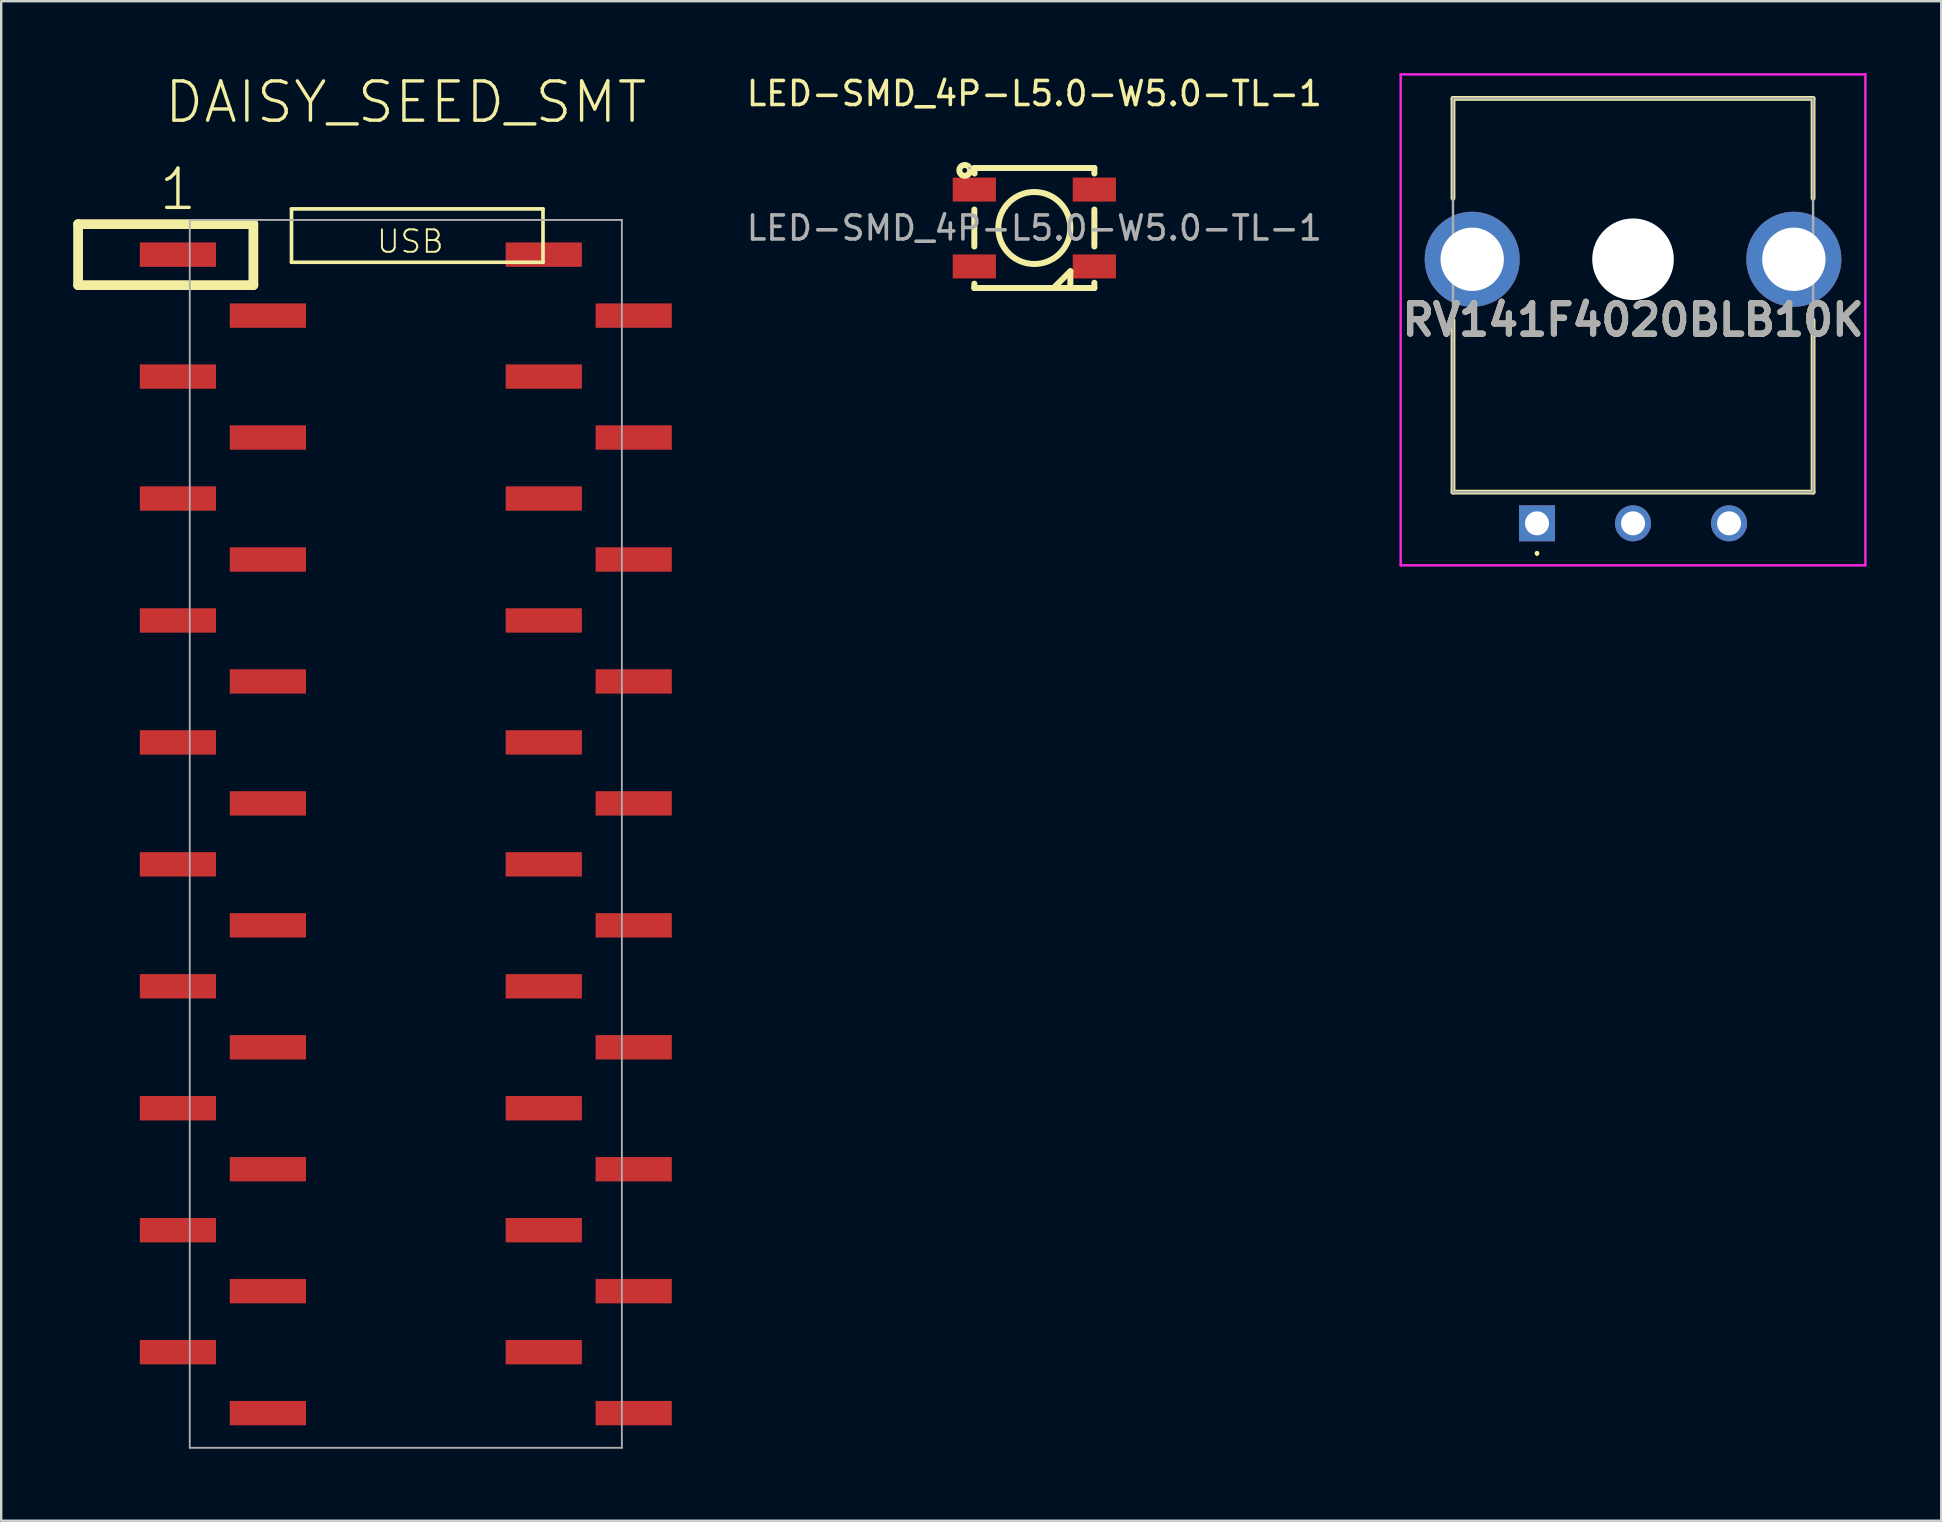
<source format=kicad_pcb>
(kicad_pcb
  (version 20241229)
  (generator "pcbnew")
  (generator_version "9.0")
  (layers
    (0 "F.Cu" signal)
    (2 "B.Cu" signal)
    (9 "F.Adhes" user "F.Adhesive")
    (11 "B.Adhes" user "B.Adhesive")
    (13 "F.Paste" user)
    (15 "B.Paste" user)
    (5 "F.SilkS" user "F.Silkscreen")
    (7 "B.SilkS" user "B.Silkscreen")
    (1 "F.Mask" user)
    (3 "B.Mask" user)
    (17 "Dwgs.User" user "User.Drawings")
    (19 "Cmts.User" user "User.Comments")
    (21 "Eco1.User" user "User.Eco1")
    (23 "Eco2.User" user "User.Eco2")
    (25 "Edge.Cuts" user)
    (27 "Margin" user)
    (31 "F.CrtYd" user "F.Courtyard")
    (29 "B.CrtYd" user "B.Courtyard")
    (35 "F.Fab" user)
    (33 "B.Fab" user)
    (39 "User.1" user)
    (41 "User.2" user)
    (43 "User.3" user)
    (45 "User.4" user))
  (footprint "LED-SMD_4P-L5.0-W5.0-TL-1"
    (layer "F.Cu")
    (at 40.038 6.448)
    (property "Reference" "LED-SMD_4P-L5.0-W5.0-TL-1" (at 0 -5.6 0) (layer "F.SilkS") (effects (font (size 1 1) (thickness 0.15))))
    (attr smd)
    (fp_line (start -2.5 -2.5) (end 2.5 -2.5) (stroke (width 0.25) (type solid)) (layer "F.SilkS"))
    (fp_line (start -2.5 0.77) (end -2.5 -0.77) (stroke (width 0.25) (type solid)) (layer "F.SilkS"))
    (fp_line (start -2.5 2.5) (end -2.5 2.32) (stroke (width 0.25) (type solid)) (layer "F.SilkS"))
    (fp_line (start -2.49 -2.27) (end -2.5 -2.5) (stroke (width 0.25) (type solid)) (layer "F.SilkS"))
    (fp_line (start 0.8 2.5) (end 1.5 1.8) (stroke (width 0.25) (type solid)) (layer "F.SilkS"))
    (fp_line (start 1.5 1.8) (end 1.5 2.5) (stroke (width 0.25) (type solid)) (layer "F.SilkS"))
    (fp_line (start 1.5 2.5) (end 0.8 2.5) (stroke (width 0.25) (type solid)) (layer "F.SilkS"))
    (fp_line (start 2.5 -2.5) (end 2.5 -2.27) (stroke (width 0.25) (type solid)) (layer "F.SilkS"))
    (fp_line (start 2.5 -0.77) (end 2.5 0.77) (stroke (width 0.25) (type solid)) (layer "F.SilkS"))
    (fp_line (start 2.5 2.28) (end 2.5 2.5) (stroke (width 0.25) (type solid)) (layer "F.SilkS"))
    (fp_line (start 2.5 2.5) (end -2.5 2.5) (stroke (width 0.25) (type solid)) (layer "F.SilkS"))
    (fp_circle (center -2.9 -2.4) (end -2.8 -2.4) (stroke (width 0.25) (type solid)) (fill no) (layer "F.SilkS"))
    (fp_circle (center 0 0) (end 1.5 0) (stroke (width 0.25) (type solid)) (fill no) (layer "F.SilkS"))
    (fp_circle (center -2.7 -2.5) (end -2.67 -2.5) (stroke (width 0.06) (type solid)) (fill no) (layer "F.Fab"))
    (fp_text user "${REFERENCE}" (at 0 0 0) (layer "F.Fab") (effects (font (size 1 1) (thickness 0.15))))
    (pad "1" smd rect (at -2.5 -1.6 180) (size 1.8 1) (layers "F.Cu" "F.Mask" "F.Paste"))
    (pad "2" smd rect (at -2.5 1.6 180) (size 1.8 1) (layers "F.Cu" "F.Mask" "F.Paste"))
    (pad "3" smd rect (at 2.5 1.6 180) (size 1.8 1) (layers "F.Cu" "F.Mask" "F.Paste"))
    (pad "4" smd rect (at 2.5 -1.6 180) (size 1.8 1) (layers "F.Cu" "F.Mask" "F.Paste")))
  (footprint "DAISY_SEED_SMT"
    (layer "F.Cu")
    (at 4.362 7.557)
    (property "Reference" "DAISY_SEED_SMT" (at 9.493 -6.35 0) (unlocked yes) (layer "F.SilkS") (effects (font (size 1.636 1.636) (thickness 0.142))))
    (fp_line (start -4.159 -1.27) (end 3.143 -1.27) (stroke (width 0.406) (type solid)) (layer "F.SilkS"))
    (fp_line (start -4.159 1.27) (end -4.159 -1.27) (stroke (width 0.406) (type solid)) (layer "F.SilkS"))
    (fp_line (start 3.143 -1.27) (end 3.143 1.27) (stroke (width 0.406) (type solid)) (layer "F.SilkS"))
    (fp_line (start 3.143 1.27) (end -4.159 1.27) (stroke (width 0.406) (type solid)) (layer "F.SilkS"))
    (fp_line (start 4.731 -1.905) (end 15.208 -1.905) (stroke (width 0.152) (type solid)) (layer "F.SilkS"))
    (fp_line (start 4.731 0.318) (end 4.731 -1.905) (stroke (width 0.152) (type solid)) (layer "F.SilkS"))
    (fp_line (start 15.208 -1.905) (end 15.208 0.318) (stroke (width 0.152) (type solid)) (layer "F.SilkS"))
    (fp_line (start 15.208 0.318) (end 4.731 0.318) (stroke (width 0.152) (type solid)) (layer "F.SilkS"))
    (fp_line (start 0.493 -1.445) (end 18.493 -1.445) (stroke (width 0.076) (type solid)) (layer "F.Fab"))
    (fp_line (start 0.493 49.705) (end 0.493 -1.445) (stroke (width 0.076) (type solid)) (layer "F.Fab"))
    (fp_line (start 18.493 -1.445) (end 18.493 49.705) (stroke (width 0.076) (type solid)) (layer "F.Fab"))
    (fp_line (start 18.493 49.705) (end 0.493 49.705) (stroke (width 0.076) (type solid)) (layer "F.Fab"))
    (fp_text user "USB" (at 8.223 0 0) (unlocked yes) (layer "F.SilkS") (effects (font (size 0.935 0.935) (thickness 0.081)) (justify left bottom)))
    (fp_text user "1" (at 0 -2.718 0) (unlocked yes) (layer "F.SilkS") (effects (font (size 1.636 1.636) (thickness 0.142))))
    (pad "1" smd rect (at 0 0) (size 3.175 1.016) (layers "F.Cu" "F.Mask" "F.Paste"))
    (pad "2" smd rect (at 3.747 2.54) (size 3.175 1.016) (layers "F.Cu" "F.Mask" "F.Paste"))
    (pad "3" smd rect (at 0 5.08) (size 3.175 1.016) (layers "F.Cu" "F.Mask" "F.Paste"))
    (pad "4" smd rect (at 3.747 7.62) (size 3.175 1.016) (layers "F.Cu" "F.Mask" "F.Paste"))
    (pad "5" smd rect (at 0 10.16) (size 3.175 1.016) (layers "F.Cu" "F.Mask" "F.Paste"))
    (pad "6" smd rect (at 3.747 12.7) (size 3.175 1.016) (layers "F.Cu" "F.Mask" "F.Paste"))
    (pad "7" smd rect (at 0 15.24) (size 3.175 1.016) (layers "F.Cu" "F.Mask" "F.Paste"))
    (pad "8" smd rect (at 3.747 17.78) (size 3.175 1.016) (layers "F.Cu" "F.Mask" "F.Paste"))
    (pad "9" smd rect (at 0 20.32) (size 3.175 1.016) (layers "F.Cu" "F.Mask" "F.Paste"))
    (pad "10" smd rect (at 3.747 22.86) (size 3.175 1.016) (layers "F.Cu" "F.Mask" "F.Paste"))
    (pad "11" smd rect (at 0 25.4) (size 3.175 1.016) (layers "F.Cu" "F.Mask" "F.Paste"))
    (pad "12" smd rect (at 3.747 27.94) (size 3.175 1.016) (layers "F.Cu" "F.Mask" "F.Paste"))
    (pad "13" smd rect (at 0 30.48) (size 3.175 1.016) (layers "F.Cu" "F.Mask" "F.Paste"))
    (pad "14" smd rect (at 3.747 33.02) (size 3.175 1.016) (layers "F.Cu" "F.Mask" "F.Paste"))
    (pad "15" smd rect (at 0 35.56) (size 3.175 1.016) (layers "F.Cu" "F.Mask" "F.Paste"))
    (pad "16" smd rect (at 3.747 38.1) (size 3.175 1.016) (layers "F.Cu" "F.Mask" "F.Paste"))
    (pad "17" smd rect (at 0 40.64) (size 3.175 1.016) (layers "F.Cu" "F.Mask" "F.Paste"))
    (pad "18" smd rect (at 3.747 43.18) (size 3.175 1.016) (layers "F.Cu" "F.Mask" "F.Paste"))
    (pad "19" smd rect (at 0 45.72) (size 3.175 1.016) (layers "F.Cu" "F.Mask" "F.Paste"))
    (pad "20" smd rect (at 3.747 48.26) (size 3.175 1.016) (layers "F.Cu" "F.Mask" "F.Paste"))
    (pad "21" smd rect (at 18.986 48.26) (size 3.175 1.016) (layers "F.Cu" "F.Mask" "F.Paste"))
    (pad "22" smd rect (at 15.24 45.72) (size 3.175 1.016) (layers "F.Cu" "F.Mask" "F.Paste"))
    (pad "23" smd rect (at 18.986 43.18) (size 3.175 1.016) (layers "F.Cu" "F.Mask" "F.Paste"))
    (pad "24" smd rect (at 15.24 40.64) (size 3.175 1.016) (layers "F.Cu" "F.Mask" "F.Paste"))
    (pad "25" smd rect (at 18.986 38.1) (size 3.175 1.016) (layers "F.Cu" "F.Mask" "F.Paste"))
    (pad "26" smd rect (at 15.24 35.56) (size 3.175 1.016) (layers "F.Cu" "F.Mask" "F.Paste"))
    (pad "27" smd rect (at 18.986 33.02) (size 3.175 1.016) (layers "F.Cu" "F.Mask" "F.Paste"))
    (pad "28" smd rect (at 15.24 30.48) (size 3.175 1.016) (layers "F.Cu" "F.Mask" "F.Paste"))
    (pad "29" smd rect (at 18.986 27.94) (size 3.175 1.016) (layers "F.Cu" "F.Mask" "F.Paste"))
    (pad "30" smd rect (at 15.24 25.4) (size 3.175 1.016) (layers "F.Cu" "F.Mask" "F.Paste"))
    (pad "31" smd rect (at 18.986 22.86) (size 3.175 1.016) (layers "F.Cu" "F.Mask" "F.Paste"))
    (pad "32" smd rect (at 15.24 20.32) (size 3.175 1.016) (layers "F.Cu" "F.Mask" "F.Paste"))
    (pad "33" smd rect (at 18.986 17.78) (size 3.175 1.016) (layers "F.Cu" "F.Mask" "F.Paste"))
    (pad "34" smd rect (at 15.24 15.24) (size 3.175 1.016) (layers "F.Cu" "F.Mask" "F.Paste"))
    (pad "35" smd rect (at 18.986 12.7) (size 3.175 1.016) (layers "F.Cu" "F.Mask" "F.Paste"))
    (pad "36" smd rect (at 15.24 10.16) (size 3.175 1.016) (layers "F.Cu" "F.Mask" "F.Paste"))
    (pad "37" smd rect (at 18.986 7.62) (size 3.175 1.016) (layers "F.Cu" "F.Mask" "F.Paste"))
    (pad "38" smd rect (at 15.24 5.08) (size 3.175 1.016) (layers "F.Cu" "F.Mask" "F.Paste"))
    (pad "39" smd rect (at 18.986 2.54) (size 3.175 1.016) (layers "F.Cu" "F.Mask" "F.Paste"))
    (pad "40" smd rect (at 15.24 0) (size 3.175 1.016) (layers "F.Cu" "F.Mask" "F.Paste")))
  (footprint "RV141F4020BLB10K"
    (layer "F.Cu")
    (at 60.978 18.75)
    (property "Reference" "RV141F4020BLB10K" (at 4 -8.475 0) (layer "F.SilkS") (effects (font (size 1.27 1.27) (thickness 0.254))))
    (attr through_hole)
    (fp_line (start -3.5 -17.7) (end 11.5 -17.7) (stroke (width 0.2) (type solid)) (layer "F.SilkS"))
    (fp_line (start -3.5 -13.54) (end -3.5 -17.7) (stroke (width 0.2) (type solid)) (layer "F.SilkS"))
    (fp_line (start -3.5 -8.46) (end -3.5 -1.3) (stroke (width 0.2) (type solid)) (layer "F.SilkS"))
    (fp_line (start -3.5 -1.3) (end 11.5 -1.3) (stroke (width 0.2) (type solid)) (layer "F.SilkS"))
    (fp_line (start 0 1.2) (end 0 1.2) (stroke (width 0.1) (type solid)) (layer "F.SilkS"))
    (fp_line (start 0 1.3) (end 0 1.3) (stroke (width 0.1) (type solid)) (layer "F.SilkS"))
    (fp_line (start 11.5 -17.7) (end 11.5 -13.54) (stroke (width 0.2) (type solid)) (layer "F.SilkS"))
    (fp_line (start 11.5 -1.3) (end 11.5 -8.46) (stroke (width 0.2) (type solid)) (layer "F.SilkS"))
    (fp_arc (start 0 1.2) (mid 0.05 1.25) (end 0 1.3) (stroke (width 0.1) (type solid)) (layer "F.SilkS"))
    (fp_arc (start 0 1.3) (mid -0.05 1.25) (end 0 1.2) (stroke (width 0.1) (type solid)) (layer "F.SilkS"))
    (fp_line (start -5.68 -18.7) (end 13.68 -18.7) (stroke (width 0.1) (type solid)) (layer "F.CrtYd"))
    (fp_line (start -5.68 1.75) (end -5.68 -18.7) (stroke (width 0.1) (type solid)) (layer "F.CrtYd"))
    (fp_line (start 13.68 -18.7) (end 13.68 1.75) (stroke (width 0.1) (type solid)) (layer "F.CrtYd"))
    (fp_line (start 13.68 1.75) (end -5.68 1.75) (stroke (width 0.1) (type solid)) (layer "F.CrtYd"))
    (fp_line (start -3.5 -17.7) (end -3.5 -1.3) (stroke (width 0.1) (type solid)) (layer "F.Fab"))
    (fp_line (start -3.5 -1.3) (end 11.5 -1.3) (stroke (width 0.1) (type solid)) (layer "F.Fab"))
    (fp_line (start 11.5 -17.7) (end -3.5 -17.7) (stroke (width 0.1) (type solid)) (layer "F.Fab"))
    (fp_line (start 11.5 -1.3) (end 11.5 -17.7) (stroke (width 0.1) (type solid)) (layer "F.Fab"))
    (fp_text user "${REFERENCE}" (at 4 -8.475 0) (layer "F.Fab") (effects (font (size 1.27 1.27) (thickness 0.254))))
    (pad "" np_thru_hole circle (at 4 -11) (size 3.4 3.4) (drill 3.4) (layers "*.Cu" "*.Mask"))
    (pad "1" thru_hole rect (at 0 0) (size 1.5 1.5) (drill 1) (layers "*.Cu" "*.Mask"))
    (pad "2" thru_hole circle (at 4 0) (size 1.5 1.5) (drill 1) (layers "*.Cu" "*.Mask"))
    (pad "3" thru_hole circle (at 8 0) (size 1.5 1.5) (drill 1) (layers "*.Cu" "*.Mask"))
    (pad "MH1" thru_hole circle (at -2.7 -11) (size 3.96 3.96) (drill 2.64) (layers "*.Cu" "*.Mask"))
    (pad "MH2" thru_hole circle (at 10.7 -11) (size 3.96 3.96) (drill 2.64) (layers "*.Cu" "*.Mask")))
  (gr_rect
    (start -3 -3)
    (end 77.818 60.3)
    (stroke (width 0.1) (type default))
    (fill no)
    (layer "Edge.Cuts")))
</source>
